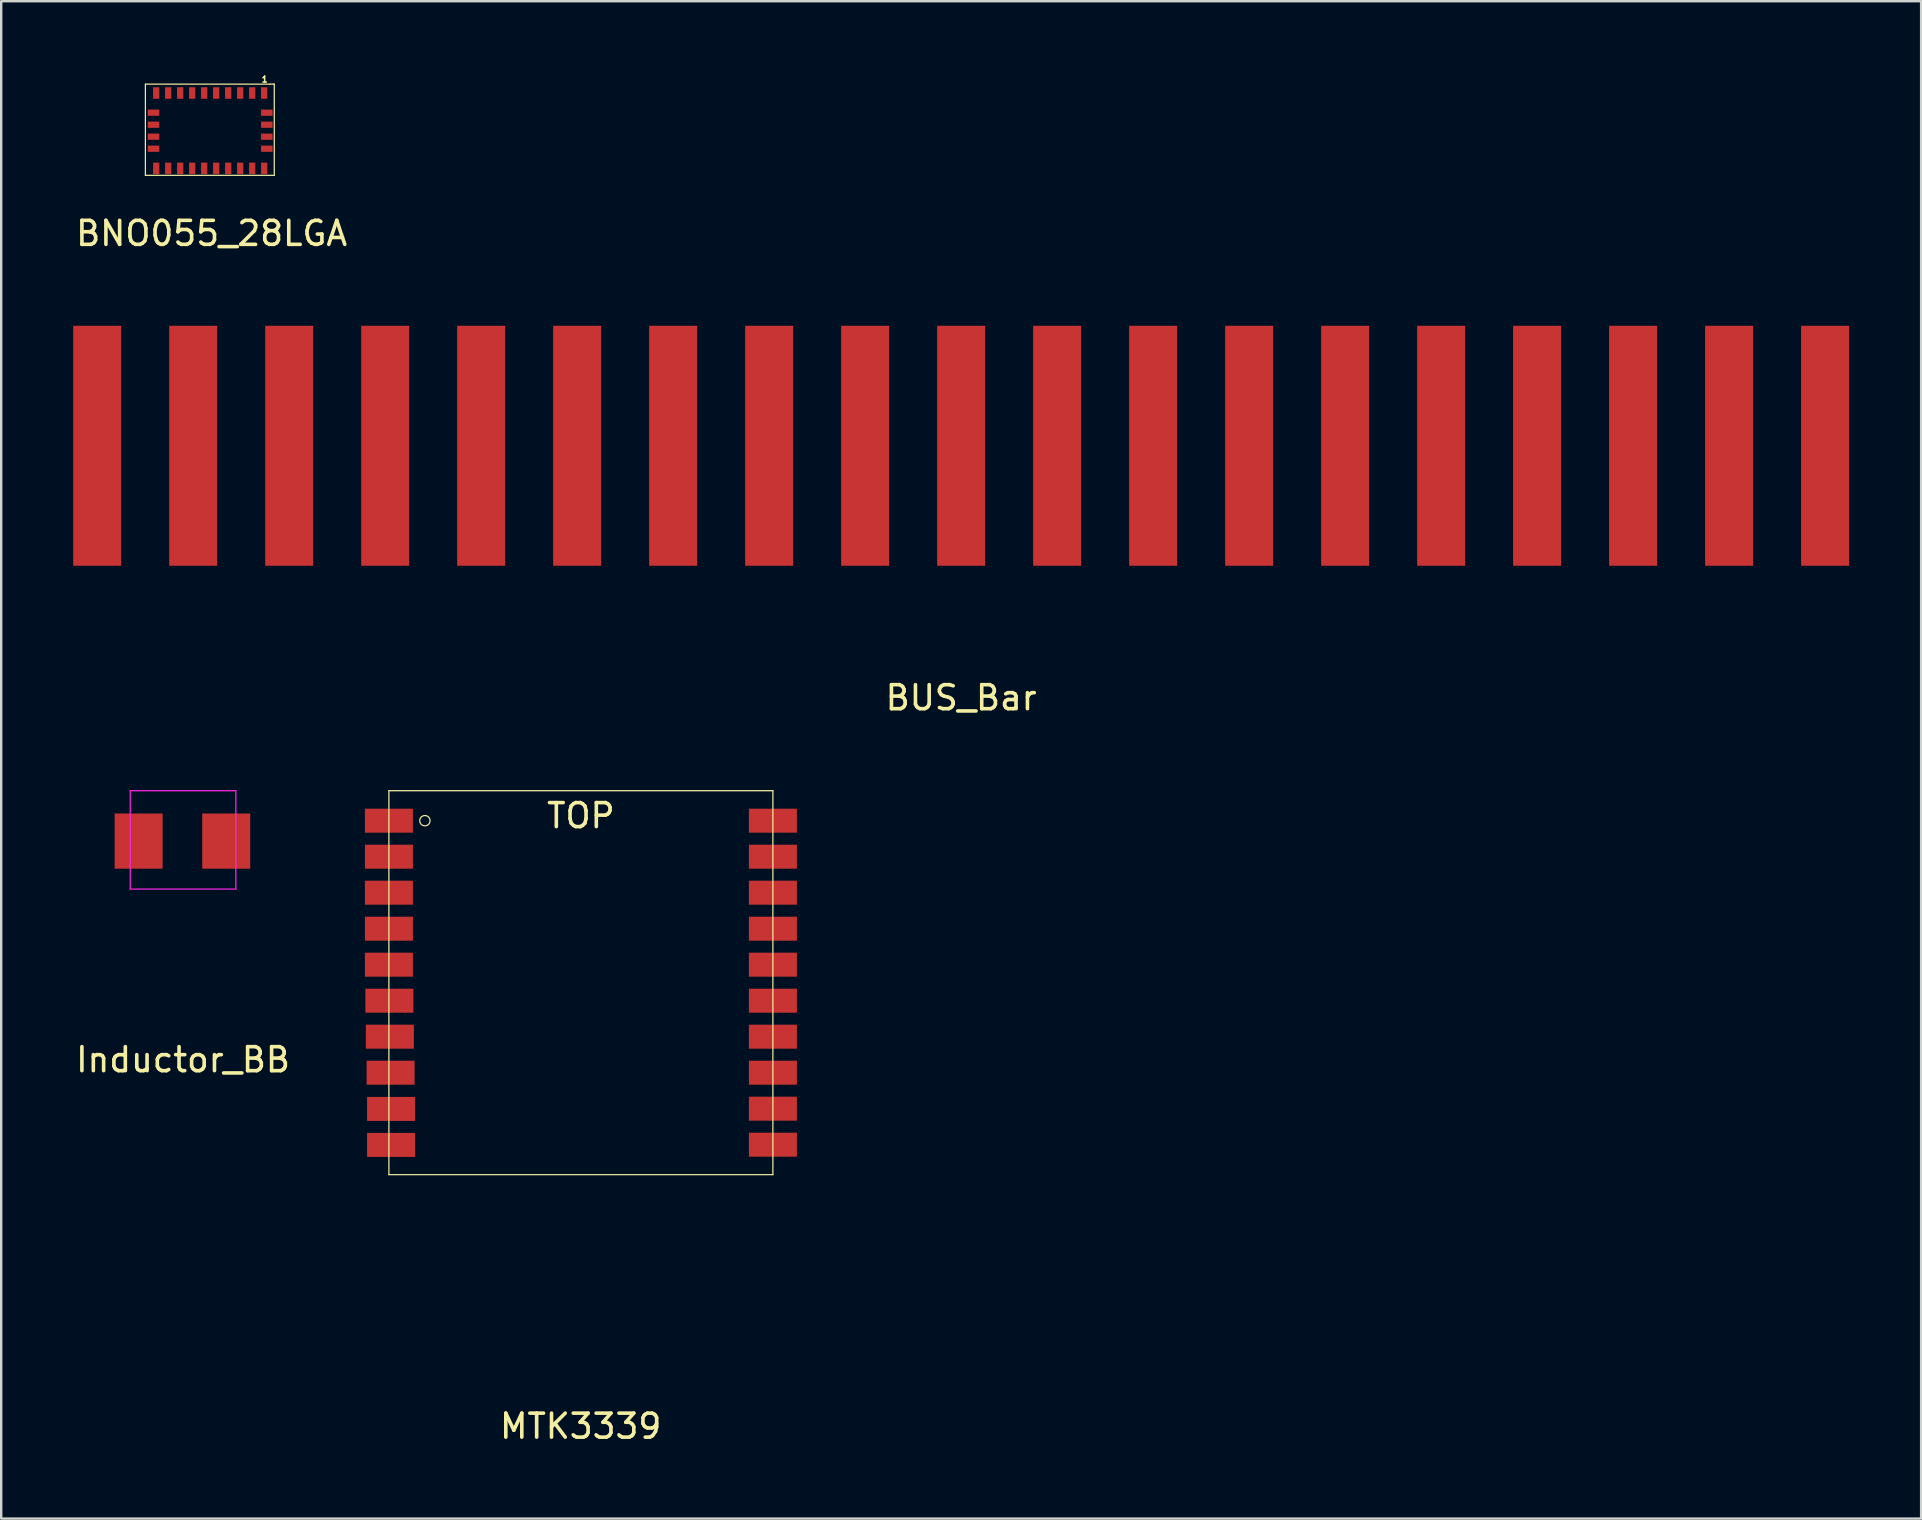
<source format=kicad_pcb>
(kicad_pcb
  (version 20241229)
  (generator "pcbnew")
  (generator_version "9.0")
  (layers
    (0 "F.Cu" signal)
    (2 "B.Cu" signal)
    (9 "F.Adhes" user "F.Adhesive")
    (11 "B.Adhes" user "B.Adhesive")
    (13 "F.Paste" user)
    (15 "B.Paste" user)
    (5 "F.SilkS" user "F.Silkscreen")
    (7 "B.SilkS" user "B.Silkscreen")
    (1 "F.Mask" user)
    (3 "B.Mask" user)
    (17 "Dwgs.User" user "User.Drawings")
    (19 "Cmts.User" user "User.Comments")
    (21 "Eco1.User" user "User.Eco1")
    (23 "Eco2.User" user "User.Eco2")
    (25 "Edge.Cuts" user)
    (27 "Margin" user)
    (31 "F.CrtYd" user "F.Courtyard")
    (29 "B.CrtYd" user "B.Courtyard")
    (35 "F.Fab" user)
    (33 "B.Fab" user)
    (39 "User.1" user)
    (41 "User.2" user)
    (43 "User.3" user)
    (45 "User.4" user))
  (footprint "BNO055_28LGA"
    (layer "F.Cu")
    (at 5.628 2.586)
    (property "Reference" "BNO055_28LGA" (at 0.14 4.09 0) (layer "F.SilkS") (effects (font (size 1 1) (thickness 0.15))))
    (attr through_hole)
    (fp_line (start -2.62 -2.13) (end -2.62 1.67) (stroke (width 0.05) (type solid)) (layer "F.SilkS"))
    (fp_line (start -2.62 -2.13) (end 2.58 -2.13) (stroke (width 0.05) (type solid)) (layer "F.SilkS"))
    (fp_line (start -2.62 1.67) (end 2.75 1.67) (stroke (width 0.05) (type solid)) (layer "F.SilkS"))
    (fp_line (start 2.58 -2.13) (end 2.73 -2.13) (stroke (width 0.05) (type solid)) (layer "F.SilkS"))
    (fp_line (start 2.73 -2.13) (end 2.75 -2.13) (stroke (width 0.05) (type solid)) (layer "F.SilkS"))
    (fp_line (start 2.75 -2.13) (end 2.75 1.67) (stroke (width 0.05) (type solid)) (layer "F.SilkS"))
    (fp_text user "1" (at 2.35 -2.33 0) (layer "F.SilkS") (effects (font (size 0.25 0.25) (thickness 0.062))))
    (pad "1" smd rect (at 2.33 -1.76 90) (size 0.48 0.26) (layers "F.Cu" "F.Mask" "F.Paste"))
    (pad "2" smd rect (at 2.44 -0.94) (size 0.48 0.26) (layers "F.Cu" "F.Mask" "F.Paste"))
    (pad "3" smd rect (at 2.44 -0.44) (size 0.48 0.26) (layers "F.Cu" "F.Mask" "F.Paste"))
    (pad "4" smd rect (at 2.44 0.06) (size 0.48 0.26) (layers "F.Cu" "F.Mask" "F.Paste"))
    (pad "5" smd rect (at 2.44 0.56) (size 0.48 0.26) (layers "F.Cu" "F.Mask" "F.Paste"))
    (pad "6" smd rect (at 2.33 1.38 90) (size 0.48 0.26) (layers "F.Cu" "F.Mask" "F.Paste"))
    (pad "7" smd rect (at 1.83 1.38 90) (size 0.48 0.26) (layers "F.Cu" "F.Mask" "F.Paste"))
    (pad "8" smd rect (at 1.33 1.38 90) (size 0.48 0.26) (layers "F.Cu" "F.Mask" "F.Paste"))
    (pad "9" smd rect (at 0.83 1.38 90) (size 0.48 0.26) (layers "F.Cu" "F.Mask" "F.Paste"))
    (pad "10" smd rect (at 0.33 1.38 90) (size 0.48 0.26) (layers "F.Cu" "F.Mask" "F.Paste"))
    (pad "11" smd rect (at -0.17 1.38 90) (size 0.48 0.26) (layers "F.Cu" "F.Mask" "F.Paste"))
    (pad "12" smd rect (at -0.67 1.38 90) (size 0.48 0.26) (layers "F.Cu" "F.Mask" "F.Paste"))
    (pad "13" smd rect (at -1.17 1.38 90) (size 0.48 0.26) (layers "F.Cu" "F.Mask" "F.Paste"))
    (pad "14" smd rect (at -1.67 1.38 270) (size 0.48 0.26) (layers "F.Cu" "F.Mask" "F.Paste"))
    (pad "15" smd rect (at -2.17 1.38 90) (size 0.48 0.26) (layers "F.Cu" "F.Mask" "F.Paste"))
    (pad "16" smd rect (at -2.28 0.56) (size 0.48 0.26) (layers "F.Cu" "F.Mask" "F.Paste"))
    (pad "17" smd rect (at -2.28 0.06) (size 0.48 0.26) (layers "F.Cu" "F.Mask" "F.Paste"))
    (pad "18" smd rect (at -2.28 -0.44) (size 0.48 0.26) (layers "F.Cu" "F.Mask" "F.Paste"))
    (pad "19" smd rect (at -2.28 -0.94) (size 0.48 0.26) (layers "F.Cu" "F.Mask" "F.Paste"))
    (pad "20" smd rect (at -2.17 -1.76 90) (size 0.48 0.26) (layers "F.Cu" "F.Mask" "F.Paste"))
    (pad "21" smd rect (at -1.67 -1.76 90) (size 0.48 0.26) (layers "F.Cu" "F.Mask" "F.Paste"))
    (pad "22" smd rect (at -1.17 -1.76 90) (size 0.48 0.26) (layers "F.Cu" "F.Mask" "F.Paste"))
    (pad "23" smd rect (at -0.67 -1.76 90) (size 0.48 0.26) (layers "F.Cu" "F.Mask" "F.Paste"))
    (pad "24" smd rect (at -0.17 -1.76 90) (size 0.48 0.26) (layers "F.Cu" "F.Mask" "F.Paste"))
    (pad "25" smd rect (at 0.33 -1.76 270) (size 0.48 0.26) (layers "F.Cu" "F.Mask" "F.Paste"))
    (pad "26" smd rect (at 0.83 -1.76 90) (size 0.48 0.26) (layers "F.Cu" "F.Mask" "F.Paste"))
    (pad "27" smd rect (at 1.33 -1.76 90) (size 0.48 0.26) (layers "F.Cu" "F.Mask" "F.Paste"))
    (pad "28" smd rect (at 1.83 -1.76 90) (size 0.48 0.26) (layers "F.Cu" "F.Mask" "F.Paste")))
  (footprint "Inductor_BB"
    (layer "F.Cu")
    (at 4.577 31.947)
    (property "Reference" "Inductor_BB" (at 0 9.16 0) (layer "F.SilkS") (effects (font (size 1 1) (thickness 0.15))))
    (attr through_hole)
    (fp_line (start -2.2 -2.05) (end -2.2 2.05) (stroke (width 0.05) (type solid)) (layer "F.CrtYd"))
    (fp_line (start 2.2 -2.05) (end -2.2 -2.05) (stroke (width 0.05) (type solid)) (layer "F.CrtYd"))
    (fp_line (start 2.2 -2.05) (end 2.2 2.05) (stroke (width 0.05) (type solid)) (layer "F.CrtYd"))
    (fp_line (start 2.2 2.05) (end -2.2 2.05) (stroke (width 0.05) (type solid)) (layer "F.CrtYd"))
    (pad "1" smd rect (at -1.85 0.05) (size 2 2.3) (layers "F.Cu" "F.Mask" "F.Paste"))
    (pad "2" smd rect (at 1.8 0.05) (size 2 2.3) (layers "F.Cu" "F.Mask" "F.Paste")))
  (footprint "MTK3339"
    (layer "F.Cu")
    (at 21.155 44.897)
    (property "Reference" "MTK3339" (at -0.01 11.48 0) (layer "F.SilkS") (effects (font (size 1 1) (thickness 0.15))))
    (attr through_hole)
    (fp_line (start -8 -15) (end -8 1) (stroke (width 0.05) (type solid)) (layer "F.SilkS"))
    (fp_line (start -8 -15) (end 8 -15) (stroke (width 0.05) (type solid)) (layer "F.SilkS"))
    (fp_line (start -8 1) (end 8 1) (stroke (width 0.05) (type solid)) (layer "F.SilkS"))
    (fp_line (start 8 -15) (end 8 1) (stroke (width 0.05) (type solid)) (layer "F.SilkS"))
    (fp_circle (center -6.5 -13.75) (end -6.285 -13.75) (stroke (width 0.05) (type solid)) (fill no) (layer "F.SilkS"))
    (fp_text user "TOP" (at 0 -13.96 0) (layer "F.SilkS") (effects (font (size 1 1) (thickness 0.15))))
    (pad "1" smd rect (at -8 -13.75) (size 2 1) (layers "F.Cu" "F.Mask" "F.Paste"))
    (pad "2" smd rect (at -8 -12.25) (size 2 1) (layers "F.Cu" "F.Mask" "F.Paste"))
    (pad "3" smd rect (at -8 -10.75) (size 2 1) (layers "F.Cu" "F.Mask" "F.Paste"))
    (pad "4" smd rect (at -8 -9.25) (size 2 1) (layers "F.Cu" "F.Mask" "F.Paste"))
    (pad "5" smd rect (at -8 -7.75) (size 2 1) (layers "F.Cu" "F.Mask" "F.Paste"))
    (pad "6" smd rect (at -7.98 -6.25) (size 2 1) (layers "F.Cu" "F.Mask" "F.Paste"))
    (pad "7" smd rect (at -7.96 -4.75) (size 2 1) (layers "F.Cu" "F.Mask" "F.Paste"))
    (pad "8" smd rect (at -7.93 -3.25) (size 2 1) (layers "F.Cu" "F.Mask" "F.Paste"))
    (pad "9" smd rect (at -7.91 -1.74) (size 2 1) (layers "F.Cu" "F.Mask" "F.Paste"))
    (pad "10" smd rect (at -7.91 -0.24) (size 2 1) (layers "F.Cu" "F.Mask" "F.Paste"))
    (pad "11" smd rect (at 8 -0.25) (size 2 1) (layers "F.Cu" "F.Mask" "F.Paste"))
    (pad "12" smd rect (at 8 -1.75) (size 2 1) (layers "F.Cu" "F.Mask" "F.Paste"))
    (pad "13" smd rect (at 8 -3.25) (size 2 1) (layers "F.Cu" "F.Mask" "F.Paste"))
    (pad "14" smd rect (at 8 -4.75) (size 2 1) (layers "F.Cu" "F.Mask" "F.Paste"))
    (pad "15" smd rect (at 8 -6.25) (size 2 1) (layers "F.Cu" "F.Mask" "F.Paste"))
    (pad "16" smd rect (at 8 -7.75) (size 2 1) (layers "F.Cu" "F.Mask" "F.Paste"))
    (pad "17" smd rect (at 8 -9.25) (size 2 1) (layers "F.Cu" "F.Mask" "F.Paste"))
    (pad "18" smd rect (at 8 -10.75) (size 2 1) (layers "F.Cu" "F.Mask" "F.Paste"))
    (pad "19" smd rect (at 8 -12.25) (size 2 1) (layers "F.Cu" "F.Mask" "F.Paste"))
    (pad "20" smd rect (at 8 -13.75) (size 2 1) (layers "F.Cu" "F.Mask" "F.Paste")))
  (footprint "BUS_Bar"
    (layer "F.Cu")
    (at 37 15.524)
    (property "Reference" "BUS_Bar" (at 0 10.5 0) (layer "F.SilkS") (effects (font (size 1 1) (thickness 0.15))))
    (attr through_hole)
    (pad "1" smd rect (at -36 0) (size 2 10) (layers "F.Cu" "F.Mask" "F.Paste"))
    (pad "2" smd rect (at -32 0) (size 2 10) (layers "F.Cu" "F.Mask" "F.Paste"))
    (pad "3" smd rect (at -28 0) (size 2 10) (layers "F.Cu" "F.Mask" "F.Paste"))
    (pad "4" smd rect (at -24 0) (size 2 10) (layers "F.Cu" "F.Mask" "F.Paste"))
    (pad "5" smd rect (at -20 0) (size 2 10) (layers "F.Cu" "F.Mask" "F.Paste"))
    (pad "6" smd rect (at -16 0) (size 2 10) (layers "F.Cu" "F.Mask" "F.Paste"))
    (pad "7" smd rect (at -12 0) (size 2 10) (layers "F.Cu" "F.Mask" "F.Paste"))
    (pad "8" smd rect (at -8 0) (size 2 10) (layers "F.Cu" "F.Mask" "F.Paste"))
    (pad "9" smd rect (at -4 0) (size 2 10) (layers "F.Cu" "F.Mask" "F.Paste"))
    (pad "10" smd rect (at 0 0) (size 2 10) (layers "F.Cu" "F.Mask" "F.Paste"))
    (pad "11" smd rect (at 4 0) (size 2 10) (layers "F.Cu" "F.Mask" "F.Paste"))
    (pad "12" smd rect (at 8 0) (size 2 10) (layers "F.Cu" "F.Mask" "F.Paste"))
    (pad "13" smd rect (at 12 0) (size 2 10) (layers "F.Cu" "F.Mask" "F.Paste"))
    (pad "14" smd rect (at 16 0) (size 2 10) (layers "F.Cu" "F.Mask" "F.Paste"))
    (pad "15" smd rect (at 20 0) (size 2 10) (layers "F.Cu" "F.Mask" "F.Paste"))
    (pad "16" smd rect (at 24 0) (size 2 10) (layers "F.Cu" "F.Mask" "F.Paste"))
    (pad "17" smd rect (at 28 0) (size 2 10) (layers "F.Cu" "F.Mask" "F.Paste"))
    (pad "18" smd rect (at 32 0) (size 2 10) (layers "F.Cu" "F.Mask" "F.Paste"))
    (pad "19" smd rect (at 36 0) (size 2 10) (layers "F.Cu" "F.Mask" "F.Paste")))
  (gr_rect
    (start -3 -3)
    (end 77 60.226)
    (stroke (width 0.1) (type default))
    (fill no)
    (layer "Edge.Cuts")))
</source>
